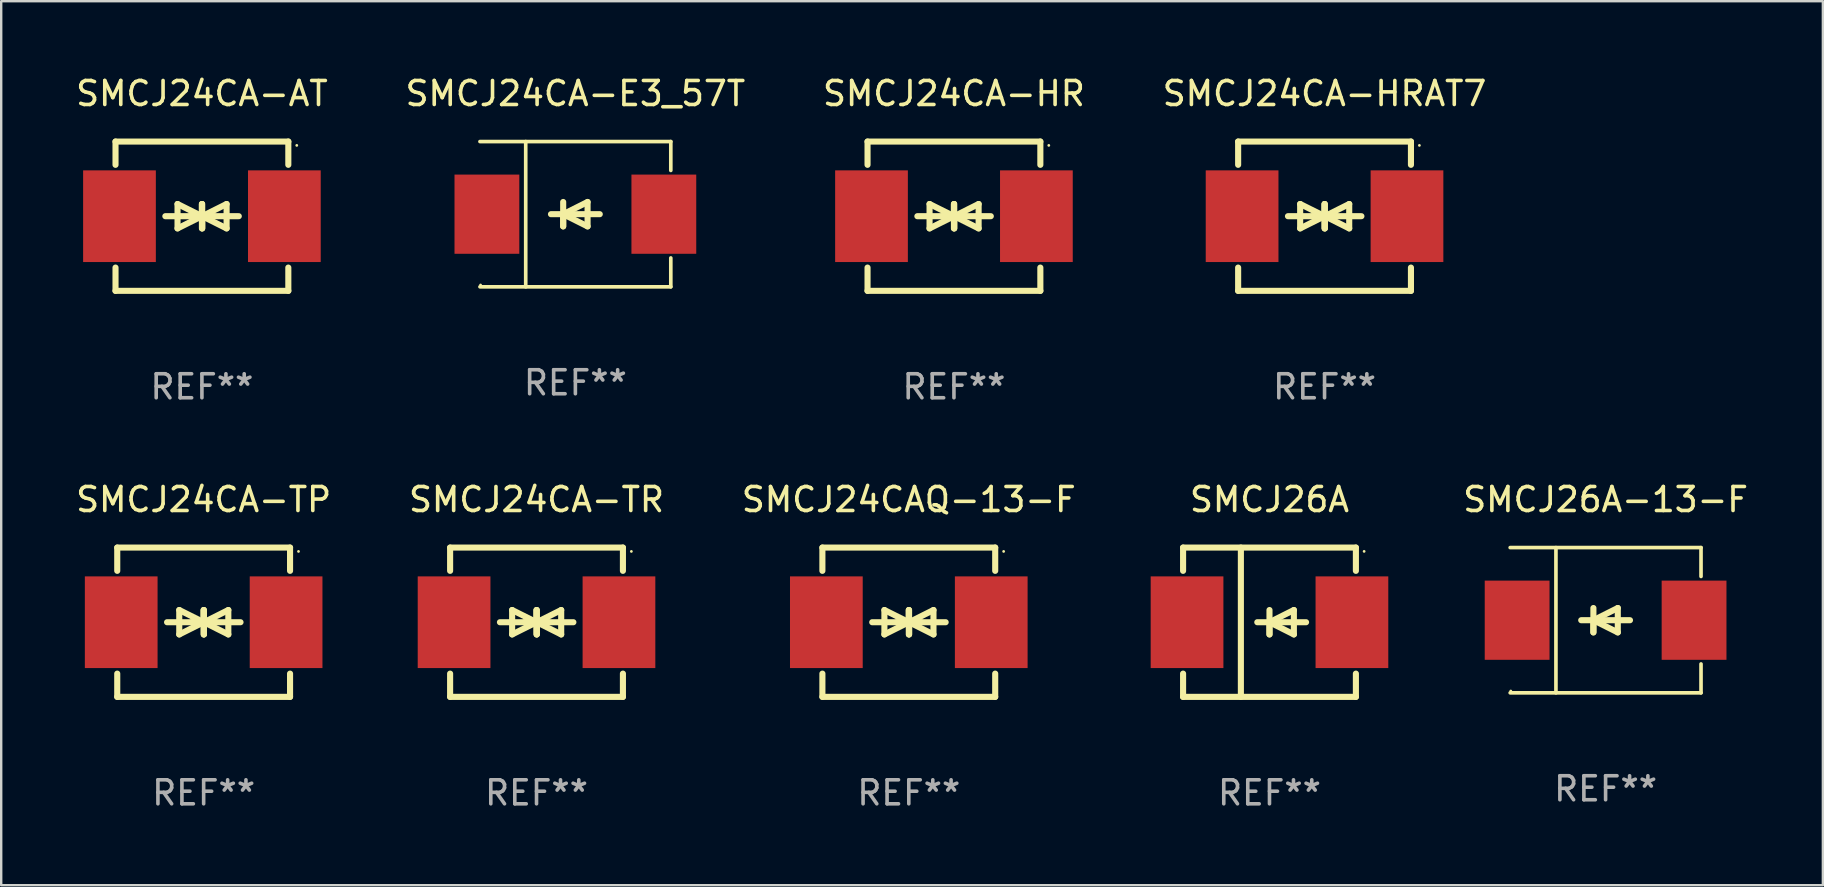
<source format=kicad_pcb>
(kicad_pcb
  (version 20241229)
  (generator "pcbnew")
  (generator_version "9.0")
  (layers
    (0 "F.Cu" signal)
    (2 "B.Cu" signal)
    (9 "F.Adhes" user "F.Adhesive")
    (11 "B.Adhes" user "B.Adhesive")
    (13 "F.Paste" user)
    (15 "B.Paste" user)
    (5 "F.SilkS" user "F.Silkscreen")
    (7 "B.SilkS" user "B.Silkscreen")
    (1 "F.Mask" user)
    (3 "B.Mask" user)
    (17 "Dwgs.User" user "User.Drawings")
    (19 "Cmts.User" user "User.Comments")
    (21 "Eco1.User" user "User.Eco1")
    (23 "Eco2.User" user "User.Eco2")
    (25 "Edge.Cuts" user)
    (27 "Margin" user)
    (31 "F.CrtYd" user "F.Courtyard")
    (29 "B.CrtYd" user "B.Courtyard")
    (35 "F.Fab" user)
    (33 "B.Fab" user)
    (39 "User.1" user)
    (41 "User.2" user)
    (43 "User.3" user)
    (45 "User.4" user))
  (footprint "SMCJ24CA-E3_57T"
    (layer "F.Cu")
    (at 20.923 5.874)
    (property "Reference" "SMCJ24CA-E3_57T" (at 0 -5.026 0) (layer "F.SilkS") (effects (font (size 1 1) (thickness 0.15))))
    (attr through_hole)
    (fp_line (start -3.976 -3.026) (end 3.976 -3.026) (stroke (width 0.152) (type solid)) (layer "F.SilkS"))
    (fp_line (start -3.976 3.026) (end 3.976 3.026) (stroke (width 0.152) (type solid)) (layer "F.SilkS"))
    (fp_line (start -2.069 -3.026) (end -2.069 3.026) (stroke (width 0.152) (type solid)) (layer "F.SilkS"))
    (fp_line (start -0.508 0) (end -0.508 0.508) (stroke (width 0.254) (type solid)) (layer "F.SilkS"))
    (fp_line (start -0.508 0) (end 0.508 0.508) (stroke (width 0.254) (type solid)) (layer "F.SilkS"))
    (fp_line (start -0.508 0.508) (end -0.508 -0.508) (stroke (width 0.254) (type solid)) (layer "F.SilkS"))
    (fp_line (start 0.508 -0.508) (end -0.508 0) (stroke (width 0.254) (type solid)) (layer "F.SilkS"))
    (fp_line (start 0.508 0.508) (end 0.508 -0.508) (stroke (width 0.254) (type solid)) (layer "F.SilkS"))
    (fp_line (start 1.016 0) (end -1.016 0) (stroke (width 0.254) (type solid)) (layer "F.SilkS"))
    (fp_line (start 3.976 -3.026) (end 3.976 -1.823) (stroke (width 0.152) (type solid)) (layer "F.SilkS"))
    (fp_line (start 3.976 3.026) (end 3.976 1.823) (stroke (width 0.152) (type solid)) (layer "F.SilkS"))
    (fp_circle (center -3.95 2.95) (end -3.92 2.95) (stroke (width 0.06) (type solid)) (fill no) (layer "F.SilkS"))
    (fp_text user "REF**" (at 0 7.026 0) (layer "F.Fab") (effects (font (size 1 1) (thickness 0.15))))
    (pad "1" smd rect (at -3.686 0) (size 2.7 3.3) (layers "F.Cu" "F.Mask" "F.Paste"))
    (pad "2" smd rect (at 3.686 0) (size 2.7 3.3) (layers "F.Cu" "F.Mask" "F.Paste")))
  (footprint "SMCJ24CA-TP"
    (layer "F.Cu")
    (at 5.435 22.875)
    (property "Reference" "SMCJ24CA-TP" (at 0 -5.11 0) (layer "F.SilkS") (effects (font (size 1 1) (thickness 0.15))))
    (attr through_hole)
    (fp_line (start -3.6 -2.141) (end -3.6 -3.11) (stroke (width 0.254) (type solid)) (layer "F.SilkS"))
    (fp_line (start -3.6 3.11) (end -3.6 2.141) (stroke (width 0.254) (type solid)) (layer "F.SilkS"))
    (fp_line (start -1.524 0) (end 0.508 0) (stroke (width 0.254) (type solid)) (layer "F.SilkS"))
    (fp_line (start -1.016 -0.508) (end -1.016 0.508) (stroke (width 0.254) (type solid)) (layer "F.SilkS"))
    (fp_line (start -1.016 0.508) (end 0 0) (stroke (width 0.254) (type solid)) (layer "F.SilkS"))
    (fp_line (start 0 -0.508) (end 0 0.508) (stroke (width 0.254) (type solid)) (layer "F.SilkS"))
    (fp_line (start 0 0) (end -1.016 -0.508) (stroke (width 0.254) (type solid)) (layer "F.SilkS"))
    (fp_line (start 0 0) (end 0 -0.508) (stroke (width 0.254) (type solid)) (layer "F.SilkS"))
    (fp_line (start 0.012 0) (end 0.012 0.508) (stroke (width 0.254) (type solid)) (layer "F.SilkS"))
    (fp_line (start 0.012 0) (end 1.028 0.508) (stroke (width 0.254) (type solid)) (layer "F.SilkS"))
    (fp_line (start 0.012 0.508) (end 0.012 -0.508) (stroke (width 0.254) (type solid)) (layer "F.SilkS"))
    (fp_line (start 1.028 -0.508) (end 0.012 0) (stroke (width 0.254) (type solid)) (layer "F.SilkS"))
    (fp_line (start 1.028 0.508) (end 1.028 -0.508) (stroke (width 0.254) (type solid)) (layer "F.SilkS"))
    (fp_line (start 1.536 0) (end -0.496 0) (stroke (width 0.254) (type solid)) (layer "F.SilkS"))
    (fp_line (start 3.6 -3.11) (end -3.6 -3.11) (stroke (width 0.254) (type solid)) (layer "F.SilkS"))
    (fp_line (start 3.6 -2.141) (end 3.6 -3.11) (stroke (width 0.254) (type solid)) (layer "F.SilkS"))
    (fp_line (start 3.6 3.11) (end -3.6 3.11) (stroke (width 0.254) (type solid)) (layer "F.SilkS"))
    (fp_line (start 3.6 3.11) (end 3.6 2.141) (stroke (width 0.254) (type solid)) (layer "F.SilkS"))
    (fp_circle (center 3.952 -2.95) (end 3.982 -2.95) (stroke (width 0.06) (type solid)) (fill no) (layer "F.SilkS"))
    (fp_text user "REF**" (at 0 7.11 0) (layer "F.Fab") (effects (font (size 1 1) (thickness 0.15))))
    (pad "1" smd rect (at 3.435 0) (size 3.03 3.82) (layers "F.Cu" "F.Mask" "F.Paste"))
    (pad "2" smd rect (at -3.435 0) (size 3.03 3.82) (layers "F.Cu" "F.Mask" "F.Paste")))
  (footprint "SMCJ24CA-HR"
    (layer "F.Cu")
    (at 36.696 5.958)
    (property "Reference" "SMCJ24CA-HR" (at 0 -5.11 0) (layer "F.SilkS") (effects (font (size 1 1) (thickness 0.15))))
    (attr through_hole)
    (fp_line (start -3.6 -2.141) (end -3.6 -3.11) (stroke (width 0.254) (type solid)) (layer "F.SilkS"))
    (fp_line (start -3.6 3.11) (end -3.6 2.141) (stroke (width 0.254) (type solid)) (layer "F.SilkS"))
    (fp_line (start -1.524 0) (end 0.508 0) (stroke (width 0.254) (type solid)) (layer "F.SilkS"))
    (fp_line (start -1.016 -0.508) (end -1.016 0.508) (stroke (width 0.254) (type solid)) (layer "F.SilkS"))
    (fp_line (start -1.016 0.508) (end 0 0) (stroke (width 0.254) (type solid)) (layer "F.SilkS"))
    (fp_line (start 0 -0.508) (end 0 0.508) (stroke (width 0.254) (type solid)) (layer "F.SilkS"))
    (fp_line (start 0 0) (end -1.016 -0.508) (stroke (width 0.254) (type solid)) (layer "F.SilkS"))
    (fp_line (start 0 0) (end 0 -0.508) (stroke (width 0.254) (type solid)) (layer "F.SilkS"))
    (fp_line (start 0.012 0) (end 0.012 0.508) (stroke (width 0.254) (type solid)) (layer "F.SilkS"))
    (fp_line (start 0.012 0) (end 1.028 0.508) (stroke (width 0.254) (type solid)) (layer "F.SilkS"))
    (fp_line (start 0.012 0.508) (end 0.012 -0.508) (stroke (width 0.254) (type solid)) (layer "F.SilkS"))
    (fp_line (start 1.028 -0.508) (end 0.012 0) (stroke (width 0.254) (type solid)) (layer "F.SilkS"))
    (fp_line (start 1.028 0.508) (end 1.028 -0.508) (stroke (width 0.254) (type solid)) (layer "F.SilkS"))
    (fp_line (start 1.536 0) (end -0.496 0) (stroke (width 0.254) (type solid)) (layer "F.SilkS"))
    (fp_line (start 3.6 -3.11) (end -3.6 -3.11) (stroke (width 0.254) (type solid)) (layer "F.SilkS"))
    (fp_line (start 3.6 -2.141) (end 3.6 -3.11) (stroke (width 0.254) (type solid)) (layer "F.SilkS"))
    (fp_line (start 3.6 3.11) (end -3.6 3.11) (stroke (width 0.254) (type solid)) (layer "F.SilkS"))
    (fp_line (start 3.6 3.11) (end 3.6 2.141) (stroke (width 0.254) (type solid)) (layer "F.SilkS"))
    (fp_circle (center 3.952 -2.95) (end 3.982 -2.95) (stroke (width 0.06) (type solid)) (fill no) (layer "F.SilkS"))
    (fp_text user "REF**" (at 0 7.11 0) (layer "F.Fab") (effects (font (size 1 1) (thickness 0.15))))
    (pad "1" smd rect (at 3.435 0) (size 3.03 3.82) (layers "F.Cu" "F.Mask" "F.Paste"))
    (pad "2" smd rect (at -3.435 0) (size 3.03 3.82) (layers "F.Cu" "F.Mask" "F.Paste")))
  (footprint "SMCJ26A"
    (layer "F.Cu")
    (at 49.843 22.875)
    (property "Reference" "SMCJ26A" (at 0 -5.11 0) (layer "F.SilkS") (effects (font (size 1 1) (thickness 0.15))))
    (attr through_hole)
    (fp_line (start -3.6 -3.11) (end -3.6 -2.141) (stroke (width 0.254) (type solid)) (layer "F.SilkS"))
    (fp_line (start -3.6 -3.11) (end 3.6 -3.11) (stroke (width 0.254) (type solid)) (layer "F.SilkS"))
    (fp_line (start -3.6 2.141) (end -3.6 3.11) (stroke (width 0.254) (type solid)) (layer "F.SilkS"))
    (fp_line (start -3.6 3.11) (end 3.6 3.11) (stroke (width 0.254) (type solid)) (layer "F.SilkS"))
    (fp_line (start -1.192 -3.11) (end -1.192 3.11) (stroke (width 0.254) (type solid)) (layer "F.SilkS"))
    (fp_line (start 0 0) (end 0 0.508) (stroke (width 0.254) (type solid)) (layer "F.SilkS"))
    (fp_line (start 0 0) (end 1.016 0.508) (stroke (width 0.254) (type solid)) (layer "F.SilkS"))
    (fp_line (start 0 0.508) (end 0 -0.508) (stroke (width 0.254) (type solid)) (layer "F.SilkS"))
    (fp_line (start 1.016 -0.508) (end 0 0) (stroke (width 0.254) (type solid)) (layer "F.SilkS"))
    (fp_line (start 1.016 0.508) (end 1.016 -0.508) (stroke (width 0.254) (type solid)) (layer "F.SilkS"))
    (fp_line (start 1.524 0) (end -0.508 0) (stroke (width 0.254) (type solid)) (layer "F.SilkS"))
    (fp_line (start 3.6 -3.11) (end 3.6 -2.141) (stroke (width 0.254) (type solid)) (layer "F.SilkS"))
    (fp_line (start 3.6 2.141) (end 3.6 3.11) (stroke (width 0.254) (type solid)) (layer "F.SilkS"))
    (fp_circle (center 3.943 -2.952) (end 3.973 -2.952) (stroke (width 0.06) (type solid)) (fill no) (layer "F.SilkS"))
    (fp_text user "REF**" (at 0 7.11 0) (layer "F.Fab") (effects (font (size 1 1) (thickness 0.15))))
    (pad "1" smd rect (at 3.435 0 180) (size 3.03 3.82) (layers "F.Cu" "F.Mask" "F.Paste"))
    (pad "2" smd rect (at -3.435 0 180) (size 3.03 3.82) (layers "F.Cu" "F.Mask" "F.Paste")))
  (footprint "SMCJ24CA-HRAT7"
    (layer "F.Cu")
    (at 52.137 5.958)
    (property "Reference" "SMCJ24CA-HRAT7" (at 0 -5.11 0) (layer "F.SilkS") (effects (font (size 1 1) (thickness 0.15))))
    (attr through_hole)
    (fp_line (start -3.6 -2.141) (end -3.6 -3.11) (stroke (width 0.254) (type solid)) (layer "F.SilkS"))
    (fp_line (start -3.6 3.11) (end -3.6 2.141) (stroke (width 0.254) (type solid)) (layer "F.SilkS"))
    (fp_line (start -1.524 0) (end 0.508 0) (stroke (width 0.254) (type solid)) (layer "F.SilkS"))
    (fp_line (start -1.016 -0.508) (end -1.016 0.508) (stroke (width 0.254) (type solid)) (layer "F.SilkS"))
    (fp_line (start -1.016 0.508) (end 0 0) (stroke (width 0.254) (type solid)) (layer "F.SilkS"))
    (fp_line (start 0 -0.508) (end 0 0.508) (stroke (width 0.254) (type solid)) (layer "F.SilkS"))
    (fp_line (start 0 0) (end -1.016 -0.508) (stroke (width 0.254) (type solid)) (layer "F.SilkS"))
    (fp_line (start 0 0) (end 0 -0.508) (stroke (width 0.254) (type solid)) (layer "F.SilkS"))
    (fp_line (start 0.012 0) (end 0.012 0.508) (stroke (width 0.254) (type solid)) (layer "F.SilkS"))
    (fp_line (start 0.012 0) (end 1.028 0.508) (stroke (width 0.254) (type solid)) (layer "F.SilkS"))
    (fp_line (start 0.012 0.508) (end 0.012 -0.508) (stroke (width 0.254) (type solid)) (layer "F.SilkS"))
    (fp_line (start 1.028 -0.508) (end 0.012 0) (stroke (width 0.254) (type solid)) (layer "F.SilkS"))
    (fp_line (start 1.028 0.508) (end 1.028 -0.508) (stroke (width 0.254) (type solid)) (layer "F.SilkS"))
    (fp_line (start 1.536 0) (end -0.496 0) (stroke (width 0.254) (type solid)) (layer "F.SilkS"))
    (fp_line (start 3.6 -3.11) (end -3.6 -3.11) (stroke (width 0.254) (type solid)) (layer "F.SilkS"))
    (fp_line (start 3.6 -2.141) (end 3.6 -3.11) (stroke (width 0.254) (type solid)) (layer "F.SilkS"))
    (fp_line (start 3.6 3.11) (end -3.6 3.11) (stroke (width 0.254) (type solid)) (layer "F.SilkS"))
    (fp_line (start 3.6 3.11) (end 3.6 2.141) (stroke (width 0.254) (type solid)) (layer "F.SilkS"))
    (fp_circle (center 3.952 -2.95) (end 3.982 -2.95) (stroke (width 0.06) (type solid)) (fill no) (layer "F.SilkS"))
    (fp_text user "REF**" (at 0 7.11 0) (layer "F.Fab") (effects (font (size 1 1) (thickness 0.15))))
    (pad "1" smd rect (at 3.435 0) (size 3.03 3.82) (layers "F.Cu" "F.Mask" "F.Paste"))
    (pad "2" smd rect (at -3.435 0) (size 3.03 3.82) (layers "F.Cu" "F.Mask" "F.Paste")))
  (footprint "SMCJ24CAQ-13-F"
    (layer "F.Cu")
    (at 34.815 22.875)
    (property "Reference" "SMCJ24CAQ-13-F" (at 0 -5.11 0) (layer "F.SilkS") (effects (font (size 1 1) (thickness 0.15))))
    (attr through_hole)
    (fp_line (start -3.6 -2.141) (end -3.6 -3.11) (stroke (width 0.254) (type solid)) (layer "F.SilkS"))
    (fp_line (start -3.6 3.11) (end -3.6 2.141) (stroke (width 0.254) (type solid)) (layer "F.SilkS"))
    (fp_line (start -1.524 0) (end 0.508 0) (stroke (width 0.254) (type solid)) (layer "F.SilkS"))
    (fp_line (start -1.016 -0.508) (end -1.016 0.508) (stroke (width 0.254) (type solid)) (layer "F.SilkS"))
    (fp_line (start -1.016 0.508) (end 0 0) (stroke (width 0.254) (type solid)) (layer "F.SilkS"))
    (fp_line (start 0 -0.508) (end 0 0.508) (stroke (width 0.254) (type solid)) (layer "F.SilkS"))
    (fp_line (start 0 0) (end -1.016 -0.508) (stroke (width 0.254) (type solid)) (layer "F.SilkS"))
    (fp_line (start 0 0) (end 0 -0.508) (stroke (width 0.254) (type solid)) (layer "F.SilkS"))
    (fp_line (start 0.012 0) (end 0.012 0.508) (stroke (width 0.254) (type solid)) (layer "F.SilkS"))
    (fp_line (start 0.012 0) (end 1.028 0.508) (stroke (width 0.254) (type solid)) (layer "F.SilkS"))
    (fp_line (start 0.012 0.508) (end 0.012 -0.508) (stroke (width 0.254) (type solid)) (layer "F.SilkS"))
    (fp_line (start 1.028 -0.508) (end 0.012 0) (stroke (width 0.254) (type solid)) (layer "F.SilkS"))
    (fp_line (start 1.028 0.508) (end 1.028 -0.508) (stroke (width 0.254) (type solid)) (layer "F.SilkS"))
    (fp_line (start 1.536 0) (end -0.496 0) (stroke (width 0.254) (type solid)) (layer "F.SilkS"))
    (fp_line (start 3.6 -3.11) (end -3.6 -3.11) (stroke (width 0.254) (type solid)) (layer "F.SilkS"))
    (fp_line (start 3.6 -2.141) (end 3.6 -3.11) (stroke (width 0.254) (type solid)) (layer "F.SilkS"))
    (fp_line (start 3.6 3.11) (end -3.6 3.11) (stroke (width 0.254) (type solid)) (layer "F.SilkS"))
    (fp_line (start 3.6 3.11) (end 3.6 2.141) (stroke (width 0.254) (type solid)) (layer "F.SilkS"))
    (fp_circle (center 3.952 -2.95) (end 3.982 -2.95) (stroke (width 0.06) (type solid)) (fill no) (layer "F.SilkS"))
    (fp_text user "REF**" (at 0 7.11 0) (layer "F.Fab") (effects (font (size 1 1) (thickness 0.15))))
    (pad "1" smd rect (at 3.435 0) (size 3.03 3.82) (layers "F.Cu" "F.Mask" "F.Paste"))
    (pad "2" smd rect (at -3.435 0) (size 3.03 3.82) (layers "F.Cu" "F.Mask" "F.Paste")))
  (footprint "SMCJ26A-13-F"
    (layer "F.Cu")
    (at 63.847 22.791)
    (property "Reference" "SMCJ26A-13-F" (at 0 -5.026 0) (layer "F.SilkS") (effects (font (size 1 1) (thickness 0.15))))
    (attr through_hole)
    (fp_line (start -3.976 -3.026) (end 3.976 -3.026) (stroke (width 0.152) (type solid)) (layer "F.SilkS"))
    (fp_line (start -3.976 3.026) (end 3.976 3.026) (stroke (width 0.152) (type solid)) (layer "F.SilkS"))
    (fp_line (start -2.069 -3.026) (end -2.069 3.026) (stroke (width 0.152) (type solid)) (layer "F.SilkS"))
    (fp_line (start -0.508 0) (end -0.508 0.508) (stroke (width 0.254) (type solid)) (layer "F.SilkS"))
    (fp_line (start -0.508 0) (end 0.508 0.508) (stroke (width 0.254) (type solid)) (layer "F.SilkS"))
    (fp_line (start -0.508 0.508) (end -0.508 -0.508) (stroke (width 0.254) (type solid)) (layer "F.SilkS"))
    (fp_line (start 0.508 -0.508) (end -0.508 0) (stroke (width 0.254) (type solid)) (layer "F.SilkS"))
    (fp_line (start 0.508 0.508) (end 0.508 -0.508) (stroke (width 0.254) (type solid)) (layer "F.SilkS"))
    (fp_line (start 1.016 0) (end -1.016 0) (stroke (width 0.254) (type solid)) (layer "F.SilkS"))
    (fp_line (start 3.976 -3.026) (end 3.976 -1.823) (stroke (width 0.152) (type solid)) (layer "F.SilkS"))
    (fp_line (start 3.976 3.026) (end 3.976 1.823) (stroke (width 0.152) (type solid)) (layer "F.SilkS"))
    (fp_circle (center -3.95 2.95) (end -3.92 2.95) (stroke (width 0.06) (type solid)) (fill no) (layer "F.SilkS"))
    (fp_text user "REF**" (at 0 7.026 0) (layer "F.Fab") (effects (font (size 1 1) (thickness 0.15))))
    (pad "1" smd rect (at -3.686 0) (size 2.7 3.3) (layers "F.Cu" "F.Mask" "F.Paste"))
    (pad "2" smd rect (at 3.686 0) (size 2.7 3.3) (layers "F.Cu" "F.Mask" "F.Paste")))
  (footprint "SMCJ24CA-TR"
    (layer "F.Cu")
    (at 19.304 22.875)
    (property "Reference" "SMCJ24CA-TR" (at 0 -5.11 0) (layer "F.SilkS") (effects (font (size 1 1) (thickness 0.15))))
    (attr through_hole)
    (fp_line (start -3.6 -2.141) (end -3.6 -3.11) (stroke (width 0.254) (type solid)) (layer "F.SilkS"))
    (fp_line (start -3.6 3.11) (end -3.6 2.141) (stroke (width 0.254) (type solid)) (layer "F.SilkS"))
    (fp_line (start -1.524 0) (end 0.508 0) (stroke (width 0.254) (type solid)) (layer "F.SilkS"))
    (fp_line (start -1.016 -0.508) (end -1.016 0.508) (stroke (width 0.254) (type solid)) (layer "F.SilkS"))
    (fp_line (start -1.016 0.508) (end 0 0) (stroke (width 0.254) (type solid)) (layer "F.SilkS"))
    (fp_line (start 0 -0.508) (end 0 0.508) (stroke (width 0.254) (type solid)) (layer "F.SilkS"))
    (fp_line (start 0 0) (end -1.016 -0.508) (stroke (width 0.254) (type solid)) (layer "F.SilkS"))
    (fp_line (start 0 0) (end 0 -0.508) (stroke (width 0.254) (type solid)) (layer "F.SilkS"))
    (fp_line (start 0.012 0) (end 0.012 0.508) (stroke (width 0.254) (type solid)) (layer "F.SilkS"))
    (fp_line (start 0.012 0) (end 1.028 0.508) (stroke (width 0.254) (type solid)) (layer "F.SilkS"))
    (fp_line (start 0.012 0.508) (end 0.012 -0.508) (stroke (width 0.254) (type solid)) (layer "F.SilkS"))
    (fp_line (start 1.028 -0.508) (end 0.012 0) (stroke (width 0.254) (type solid)) (layer "F.SilkS"))
    (fp_line (start 1.028 0.508) (end 1.028 -0.508) (stroke (width 0.254) (type solid)) (layer "F.SilkS"))
    (fp_line (start 1.536 0) (end -0.496 0) (stroke (width 0.254) (type solid)) (layer "F.SilkS"))
    (fp_line (start 3.6 -3.11) (end -3.6 -3.11) (stroke (width 0.254) (type solid)) (layer "F.SilkS"))
    (fp_line (start 3.6 -2.141) (end 3.6 -3.11) (stroke (width 0.254) (type solid)) (layer "F.SilkS"))
    (fp_line (start 3.6 3.11) (end -3.6 3.11) (stroke (width 0.254) (type solid)) (layer "F.SilkS"))
    (fp_line (start 3.6 3.11) (end 3.6 2.141) (stroke (width 0.254) (type solid)) (layer "F.SilkS"))
    (fp_circle (center 3.952 -2.95) (end 3.982 -2.95) (stroke (width 0.06) (type solid)) (fill no) (layer "F.SilkS"))
    (fp_text user "REF**" (at 0 7.11 0) (layer "F.Fab") (effects (font (size 1 1) (thickness 0.15))))
    (pad "1" smd rect (at 3.435 0) (size 3.03 3.82) (layers "F.Cu" "F.Mask" "F.Paste"))
    (pad "2" smd rect (at -3.435 0) (size 3.03 3.82) (layers "F.Cu" "F.Mask" "F.Paste")))
  (footprint "SMCJ24CA-AT"
    (layer "F.Cu")
    (at 5.363 5.958)
    (property "Reference" "SMCJ24CA-AT" (at 0 -5.11 0) (layer "F.SilkS") (effects (font (size 1 1) (thickness 0.15))))
    (attr through_hole)
    (fp_line (start -3.6 -2.141) (end -3.6 -3.11) (stroke (width 0.254) (type solid)) (layer "F.SilkS"))
    (fp_line (start -3.6 3.11) (end -3.6 2.141) (stroke (width 0.254) (type solid)) (layer "F.SilkS"))
    (fp_line (start -1.524 0) (end 0.508 0) (stroke (width 0.254) (type solid)) (layer "F.SilkS"))
    (fp_line (start -1.016 -0.508) (end -1.016 0.508) (stroke (width 0.254) (type solid)) (layer "F.SilkS"))
    (fp_line (start -1.016 0.508) (end 0 0) (stroke (width 0.254) (type solid)) (layer "F.SilkS"))
    (fp_line (start 0 -0.508) (end 0 0.508) (stroke (width 0.254) (type solid)) (layer "F.SilkS"))
    (fp_line (start 0 0) (end -1.016 -0.508) (stroke (width 0.254) (type solid)) (layer "F.SilkS"))
    (fp_line (start 0 0) (end 0 -0.508) (stroke (width 0.254) (type solid)) (layer "F.SilkS"))
    (fp_line (start 0.012 0) (end 0.012 0.508) (stroke (width 0.254) (type solid)) (layer "F.SilkS"))
    (fp_line (start 0.012 0) (end 1.028 0.508) (stroke (width 0.254) (type solid)) (layer "F.SilkS"))
    (fp_line (start 0.012 0.508) (end 0.012 -0.508) (stroke (width 0.254) (type solid)) (layer "F.SilkS"))
    (fp_line (start 1.028 -0.508) (end 0.012 0) (stroke (width 0.254) (type solid)) (layer "F.SilkS"))
    (fp_line (start 1.028 0.508) (end 1.028 -0.508) (stroke (width 0.254) (type solid)) (layer "F.SilkS"))
    (fp_line (start 1.536 0) (end -0.496 0) (stroke (width 0.254) (type solid)) (layer "F.SilkS"))
    (fp_line (start 3.6 -3.11) (end -3.6 -3.11) (stroke (width 0.254) (type solid)) (layer "F.SilkS"))
    (fp_line (start 3.6 -2.141) (end 3.6 -3.11) (stroke (width 0.254) (type solid)) (layer "F.SilkS"))
    (fp_line (start 3.6 3.11) (end -3.6 3.11) (stroke (width 0.254) (type solid)) (layer "F.SilkS"))
    (fp_line (start 3.6 3.11) (end 3.6 2.141) (stroke (width 0.254) (type solid)) (layer "F.SilkS"))
    (fp_circle (center 3.952 -2.95) (end 3.982 -2.95) (stroke (width 0.06) (type solid)) (fill no) (layer "F.SilkS"))
    (fp_text user "REF**" (at 0 7.11 0) (layer "F.Fab") (effects (font (size 1 1) (thickness 0.15))))
    (pad "1" smd rect (at 3.435 0) (size 3.03 3.82) (layers "F.Cu" "F.Mask" "F.Paste"))
    (pad "2" smd rect (at -3.435 0) (size 3.03 3.82) (layers "F.Cu" "F.Mask" "F.Paste")))
  (gr_rect
    (start -3 -3)
    (end 72.9 33.833)
    (stroke (width 0.1) (type default))
    (fill no)
    (layer "Edge.Cuts")))
</source>
